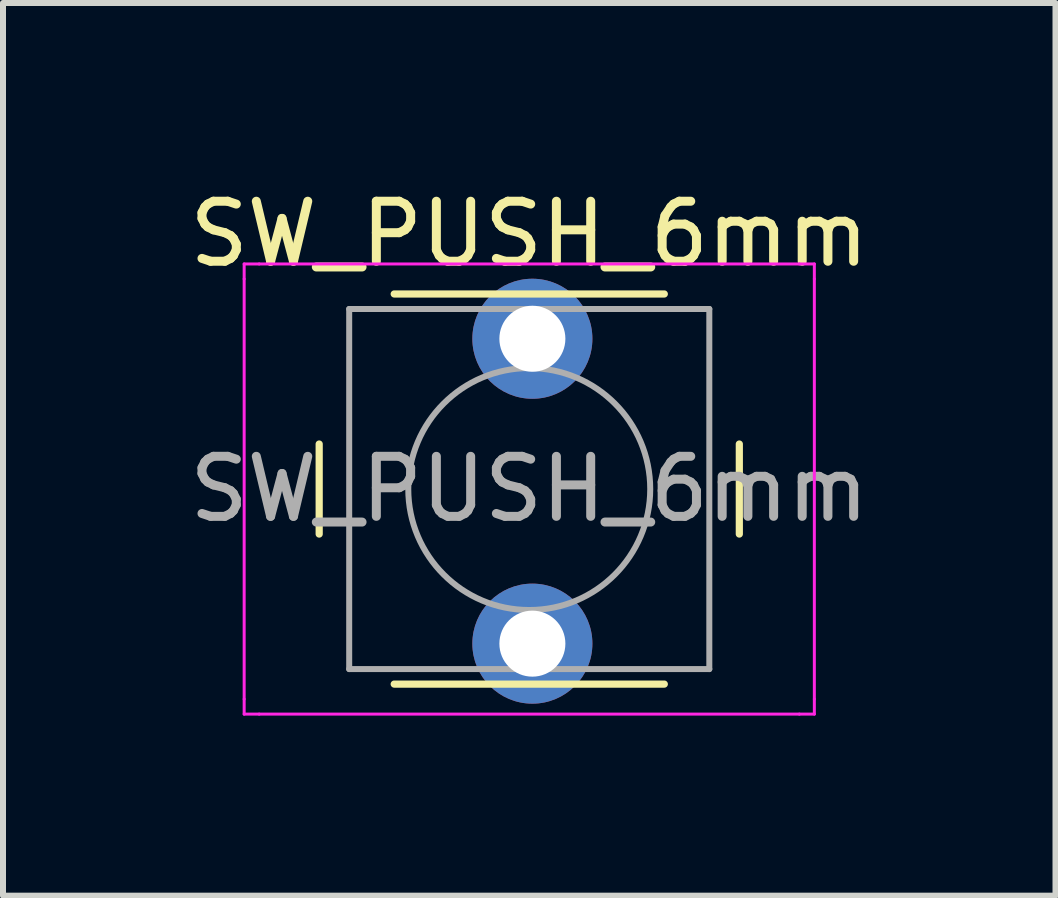
<source format=kicad_pcb>
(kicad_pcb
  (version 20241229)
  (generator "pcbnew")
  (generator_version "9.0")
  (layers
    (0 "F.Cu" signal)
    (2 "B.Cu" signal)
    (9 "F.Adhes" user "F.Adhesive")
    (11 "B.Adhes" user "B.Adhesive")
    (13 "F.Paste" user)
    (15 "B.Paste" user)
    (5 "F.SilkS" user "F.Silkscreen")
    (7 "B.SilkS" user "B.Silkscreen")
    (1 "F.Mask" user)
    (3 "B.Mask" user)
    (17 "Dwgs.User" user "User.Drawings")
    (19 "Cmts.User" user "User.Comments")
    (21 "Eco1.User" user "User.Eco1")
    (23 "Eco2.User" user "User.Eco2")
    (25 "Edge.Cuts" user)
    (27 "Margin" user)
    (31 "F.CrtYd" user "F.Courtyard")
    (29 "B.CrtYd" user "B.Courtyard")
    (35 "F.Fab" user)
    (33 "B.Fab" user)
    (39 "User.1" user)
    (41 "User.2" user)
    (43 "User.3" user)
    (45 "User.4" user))
  (footprint "SW_PUSH_6mm"
    (layer "F.Cu")
    (at 3.28 2.594)
    (property "Reference" "SW_PUSH_6mm" (at 2.488 -1.746 0) (layer "F.SilkS") (effects (font (size 1 1) (thickness 0.15))))
    (attr through_hole)
    (fp_line (start -1.012 1.754) (end -1.012 3.254) (stroke (width 0.12) (type solid)) (layer "F.SilkS"))
    (fp_line (start 0.238 5.754) (end 4.738 5.754) (stroke (width 0.12) (type solid)) (layer "F.SilkS"))
    (fp_line (start 4.738 -0.746) (end 0.238 -0.746) (stroke (width 0.12) (type solid)) (layer "F.SilkS"))
    (fp_line (start 5.988 3.254) (end 5.988 1.754) (stroke (width 0.12) (type solid)) (layer "F.SilkS"))
    (fp_line (start -2.262 -1.246) (end -2.012 -1.246) (stroke (width 0.05) (type solid)) (layer "F.CrtYd"))
    (fp_line (start -2.262 -0.996) (end -2.262 -1.246) (stroke (width 0.05) (type solid)) (layer "F.CrtYd"))
    (fp_line (start -2.262 6.004) (end -2.262 -0.996) (stroke (width 0.05) (type solid)) (layer "F.CrtYd"))
    (fp_line (start -2.262 6.004) (end -2.262 6.254) (stroke (width 0.05) (type solid)) (layer "F.CrtYd"))
    (fp_line (start -2.262 6.254) (end -2.012 6.254) (stroke (width 0.05) (type solid)) (layer "F.CrtYd"))
    (fp_line (start -2.012 -1.246) (end 6.988 -1.246) (stroke (width 0.05) (type solid)) (layer "F.CrtYd"))
    (fp_line (start 6.988 -1.246) (end 7.238 -1.246) (stroke (width 0.05) (type solid)) (layer "F.CrtYd"))
    (fp_line (start 6.988 6.254) (end -2.012 6.254) (stroke (width 0.05) (type solid)) (layer "F.CrtYd"))
    (fp_line (start 6.988 6.254) (end 7.238 6.254) (stroke (width 0.05) (type solid)) (layer "F.CrtYd"))
    (fp_line (start 7.238 -1.246) (end 7.238 -0.996) (stroke (width 0.05) (type solid)) (layer "F.CrtYd"))
    (fp_line (start 7.238 -0.996) (end 7.238 6.004) (stroke (width 0.05) (type solid)) (layer "F.CrtYd"))
    (fp_line (start 7.238 6.254) (end 7.238 6.004) (stroke (width 0.05) (type solid)) (layer "F.CrtYd"))
    (fp_line (start -0.512 -0.496) (end 2.488 -0.496) (stroke (width 0.1) (type solid)) (layer "F.Fab"))
    (fp_line (start -0.512 5.504) (end -0.512 -0.496) (stroke (width 0.1) (type solid)) (layer "F.Fab"))
    (fp_line (start 2.488 -0.496) (end 5.488 -0.496) (stroke (width 0.1) (type solid)) (layer "F.Fab"))
    (fp_line (start 5.488 -0.496) (end 5.488 5.504) (stroke (width 0.1) (type solid)) (layer "F.Fab"))
    (fp_line (start 5.488 5.504) (end -0.512 5.504) (stroke (width 0.1) (type solid)) (layer "F.Fab"))
    (fp_circle (center 2.488 2.504) (end 0.488 2.754) (stroke (width 0.1) (type solid)) (fill no) (layer "F.Fab"))
    (fp_text user "${REFERENCE}" (at 2.488 2.504 0) (layer "F.Fab") (effects (font (size 1 1) (thickness 0.15))))
    (pad "1" thru_hole circle (at 2.54 0 90) (size 2 2) (drill 1.1) (layers "*.Cu" "*.Mask"))
    (pad "2" thru_hole circle (at 2.54 5.08 90) (size 2 2) (drill 1.1) (layers "*.Cu" "*.Mask")))
  (gr_rect
    (start -3 -3)
    (end 14.536 11.873)
    (stroke (width 0.1) (type default))
    (fill no)
    (layer "Edge.Cuts")))
</source>
